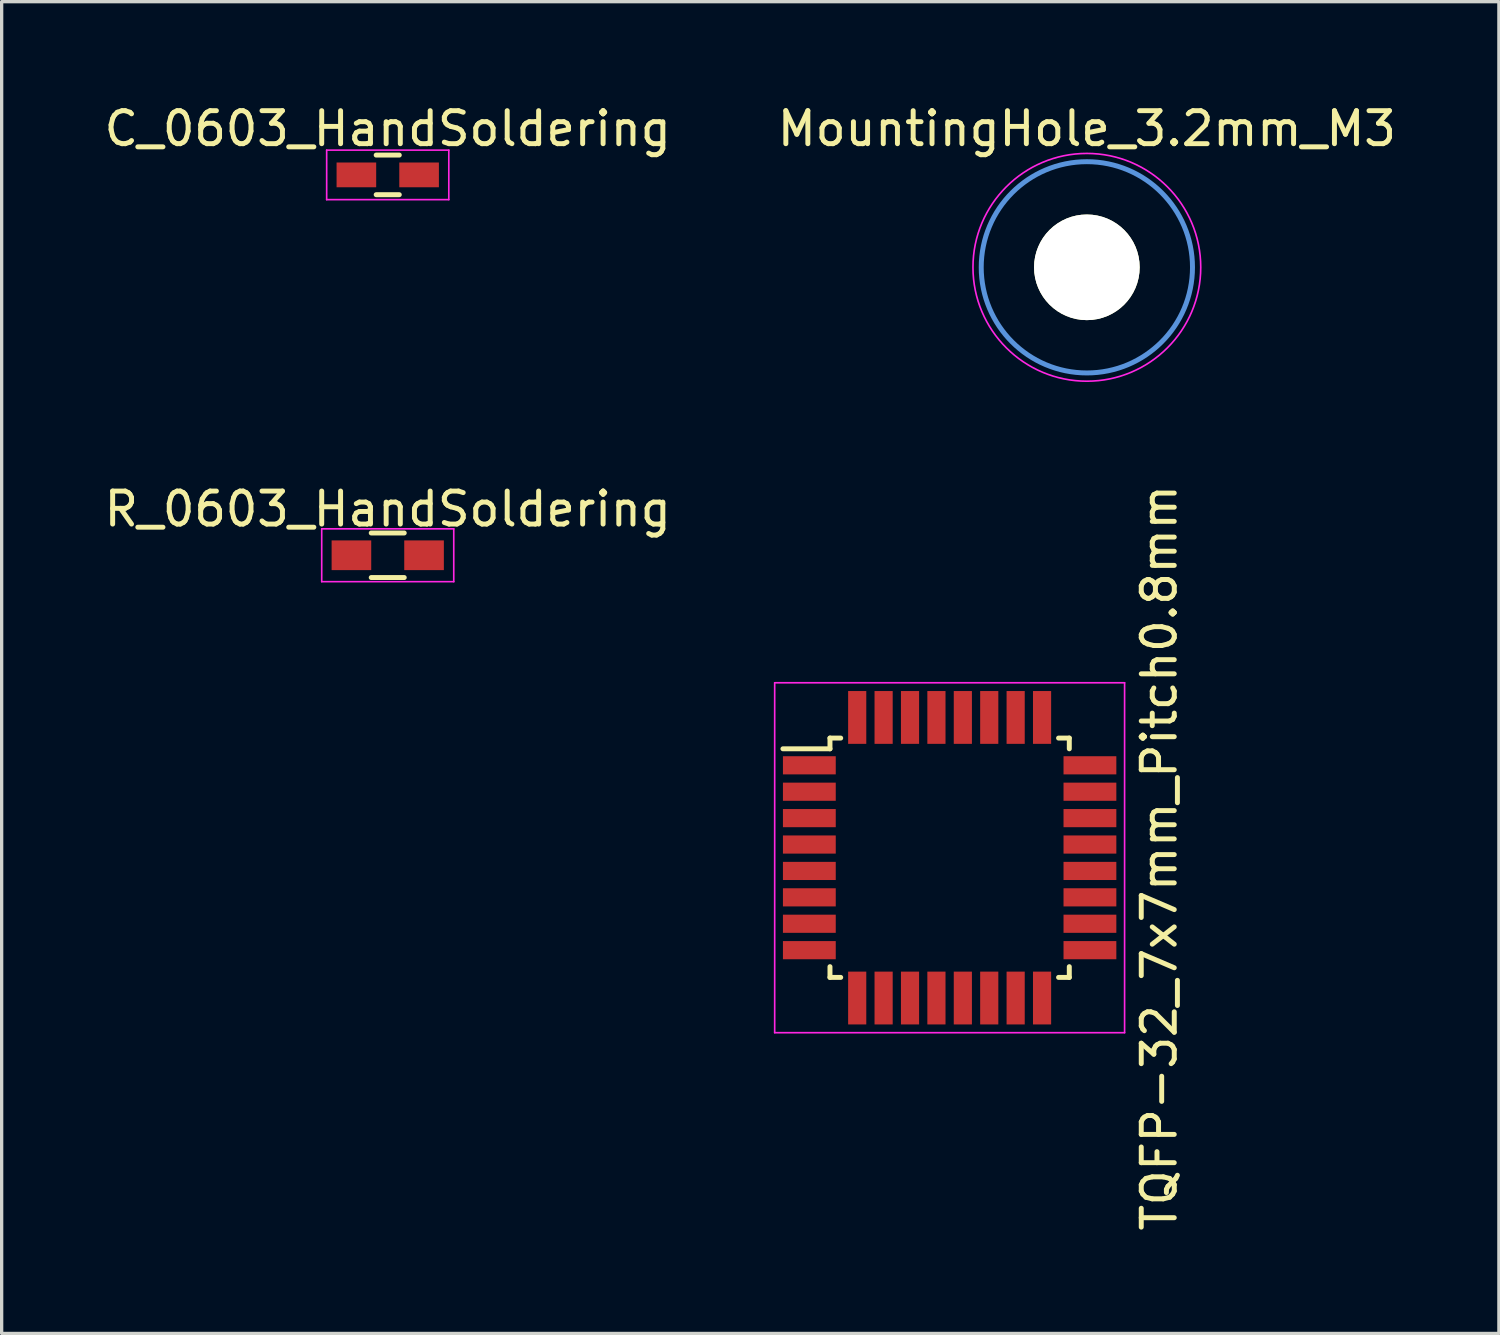
<source format=kicad_pcb>
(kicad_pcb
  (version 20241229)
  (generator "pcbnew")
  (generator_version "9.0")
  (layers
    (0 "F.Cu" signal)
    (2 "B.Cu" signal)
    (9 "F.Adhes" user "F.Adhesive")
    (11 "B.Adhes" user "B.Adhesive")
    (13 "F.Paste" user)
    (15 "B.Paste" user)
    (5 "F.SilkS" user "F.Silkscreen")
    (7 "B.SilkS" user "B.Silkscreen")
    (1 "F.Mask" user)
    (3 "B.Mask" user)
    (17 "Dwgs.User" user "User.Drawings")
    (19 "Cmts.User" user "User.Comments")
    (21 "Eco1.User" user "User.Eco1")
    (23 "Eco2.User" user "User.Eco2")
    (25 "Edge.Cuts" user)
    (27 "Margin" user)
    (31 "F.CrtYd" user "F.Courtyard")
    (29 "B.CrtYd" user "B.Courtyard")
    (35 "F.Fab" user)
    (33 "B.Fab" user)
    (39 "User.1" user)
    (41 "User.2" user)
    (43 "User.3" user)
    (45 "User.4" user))
  (footprint "MountingHole_3.2mm_M3"
    (layer "F.Cu")
    (at 29.875 5.048)
    (property "Reference" "MountingHole_3.2mm_M3" (at 0 -4.2 0) (layer "F.SilkS") (effects (font (size 1 1) (thickness 0.15))))
    (attr through_hole)
    (fp_circle (center 0 0) (end 3.2 0) (stroke (width 0.15) (type solid)) (fill no) (layer "Cmts.User"))
    (fp_circle (center 0 0) (end 3.45 0) (stroke (width 0.05) (type solid)) (fill no) (layer "F.CrtYd"))
    (pad "" np_thru_hole circle (at 0 0) (size 3.2 3.2) (drill 3.2) (layers "*.Cu" "*.Mask" "F.SilkS")))
  (footprint "R_0603_HandSoldering"
    (layer "F.Cu")
    (at 8.696 13.771)
    (property "Reference" "R_0603_HandSoldering" (at 0 -1.4 0) (layer "F.SilkS") (effects (font (size 1 1) (thickness 0.15))))
    (attr smd)
    (fp_line (start -0.5 -0.675) (end 0.5 -0.675) (stroke (width 0.15) (type solid)) (layer "F.SilkS"))
    (fp_line (start 0.5 0.675) (end -0.5 0.675) (stroke (width 0.15) (type solid)) (layer "F.SilkS"))
    (fp_line (start -2 -0.8) (end -2 0.8) (stroke (width 0.05) (type solid)) (layer "F.CrtYd"))
    (fp_line (start -2 -0.8) (end 2 -0.8) (stroke (width 0.05) (type solid)) (layer "F.CrtYd"))
    (fp_line (start -2 0.8) (end 2 0.8) (stroke (width 0.05) (type solid)) (layer "F.CrtYd"))
    (fp_line (start 2 -0.8) (end 2 0.8) (stroke (width 0.05) (type solid)) (layer "F.CrtYd"))
    (pad "1" smd rect (at -1.1 0) (size 1.2 0.9) (layers "F.Cu" "F.Mask" "F.Paste"))
    (pad "2" smd rect (at 1.1 0) (size 1.2 0.9) (layers "F.Cu" "F.Mask" "F.Paste")))
  (footprint "TQFP-32_7x7mm_Pitch0.8mm"
    (layer "F.Cu")
    (at 25.718 22.934)
    (property "Reference" "TQFP-32_7x7mm_Pitch0.8mm" (at 6.35 0 90) (layer "F.SilkS") (effects (font (size 1 1) (thickness 0.15))))
    (attr smd)
    (fp_line (start -3.625 -3.625) (end -3.625 -3.3) (stroke (width 0.15) (type solid)) (layer "F.SilkS"))
    (fp_line (start -3.625 -3.625) (end -3.3 -3.625) (stroke (width 0.15) (type solid)) (layer "F.SilkS"))
    (fp_line (start -3.625 -3.3) (end -5.05 -3.3) (stroke (width 0.15) (type solid)) (layer "F.SilkS"))
    (fp_line (start -3.625 3.625) (end -3.625 3.3) (stroke (width 0.15) (type solid)) (layer "F.SilkS"))
    (fp_line (start -3.625 3.625) (end -3.3 3.625) (stroke (width 0.15) (type solid)) (layer "F.SilkS"))
    (fp_line (start 3.625 -3.625) (end 3.3 -3.625) (stroke (width 0.15) (type solid)) (layer "F.SilkS"))
    (fp_line (start 3.625 -3.625) (end 3.625 -3.3) (stroke (width 0.15) (type solid)) (layer "F.SilkS"))
    (fp_line (start 3.625 3.625) (end 3.3 3.625) (stroke (width 0.15) (type solid)) (layer "F.SilkS"))
    (fp_line (start 3.625 3.625) (end 3.625 3.3) (stroke (width 0.15) (type solid)) (layer "F.SilkS"))
    (fp_line (start -5.3 -5.3) (end -5.3 5.3) (stroke (width 0.05) (type solid)) (layer "F.CrtYd"))
    (fp_line (start -5.3 -5.3) (end 5.3 -5.3) (stroke (width 0.05) (type solid)) (layer "F.CrtYd"))
    (fp_line (start -5.3 5.3) (end 5.3 5.3) (stroke (width 0.05) (type solid)) (layer "F.CrtYd"))
    (fp_line (start 5.3 -5.3) (end 5.3 5.3) (stroke (width 0.05) (type solid)) (layer "F.CrtYd"))
    (pad "1" smd rect (at -4.25 -2.8) (size 1.6 0.55) (layers "F.Cu" "F.Mask" "F.Paste"))
    (pad "2" smd rect (at -4.25 -2) (size 1.6 0.55) (layers "F.Cu" "F.Mask" "F.Paste"))
    (pad "3" smd rect (at -4.25 -1.2) (size 1.6 0.55) (layers "F.Cu" "F.Mask" "F.Paste"))
    (pad "4" smd rect (at -4.25 -0.4) (size 1.6 0.55) (layers "F.Cu" "F.Mask" "F.Paste"))
    (pad "5" smd rect (at -4.25 0.4) (size 1.6 0.55) (layers "F.Cu" "F.Mask" "F.Paste"))
    (pad "6" smd rect (at -4.25 1.2) (size 1.6 0.55) (layers "F.Cu" "F.Mask" "F.Paste"))
    (pad "7" smd rect (at -4.25 2) (size 1.6 0.55) (layers "F.Cu" "F.Mask" "F.Paste"))
    (pad "8" smd rect (at -4.25 2.8) (size 1.6 0.55) (layers "F.Cu" "F.Mask" "F.Paste"))
    (pad "9" smd rect (at -2.8 4.25 90) (size 1.6 0.55) (layers "F.Cu" "F.Mask" "F.Paste"))
    (pad "10" smd rect (at -2 4.25 90) (size 1.6 0.55) (layers "F.Cu" "F.Mask" "F.Paste"))
    (pad "11" smd rect (at -1.2 4.25 90) (size 1.6 0.55) (layers "F.Cu" "F.Mask" "F.Paste"))
    (pad "12" smd rect (at -0.4 4.25 90) (size 1.6 0.55) (layers "F.Cu" "F.Mask" "F.Paste"))
    (pad "13" smd rect (at 0.4 4.25 90) (size 1.6 0.55) (layers "F.Cu" "F.Mask" "F.Paste"))
    (pad "14" smd rect (at 1.2 4.25 90) (size 1.6 0.55) (layers "F.Cu" "F.Mask" "F.Paste"))
    (pad "15" smd rect (at 2 4.25 90) (size 1.6 0.55) (layers "F.Cu" "F.Mask" "F.Paste"))
    (pad "16" smd rect (at 2.8 4.25 90) (size 1.6 0.55) (layers "F.Cu" "F.Mask" "F.Paste"))
    (pad "17" smd rect (at 4.25 2.8) (size 1.6 0.55) (layers "F.Cu" "F.Mask" "F.Paste"))
    (pad "18" smd rect (at 4.25 2) (size 1.6 0.55) (layers "F.Cu" "F.Mask" "F.Paste"))
    (pad "19" smd rect (at 4.25 1.2) (size 1.6 0.55) (layers "F.Cu" "F.Mask" "F.Paste"))
    (pad "20" smd rect (at 4.25 0.4) (size 1.6 0.55) (layers "F.Cu" "F.Mask" "F.Paste"))
    (pad "21" smd rect (at 4.25 -0.4) (size 1.6 0.55) (layers "F.Cu" "F.Mask" "F.Paste"))
    (pad "22" smd rect (at 4.25 -1.2) (size 1.6 0.55) (layers "F.Cu" "F.Mask" "F.Paste"))
    (pad "23" smd rect (at 4.25 -2) (size 1.6 0.55) (layers "F.Cu" "F.Mask" "F.Paste"))
    (pad "24" smd rect (at 4.25 -2.8) (size 1.6 0.55) (layers "F.Cu" "F.Mask" "F.Paste"))
    (pad "25" smd rect (at 2.8 -4.25 90) (size 1.6 0.55) (layers "F.Cu" "F.Mask" "F.Paste"))
    (pad "26" smd rect (at 2 -4.25 90) (size 1.6 0.55) (layers "F.Cu" "F.Mask" "F.Paste"))
    (pad "27" smd rect (at 1.2 -4.25 90) (size 1.6 0.55) (layers "F.Cu" "F.Mask" "F.Paste"))
    (pad "28" smd rect (at 0.4 -4.25 90) (size 1.6 0.55) (layers "F.Cu" "F.Mask" "F.Paste"))
    (pad "29" smd rect (at -0.4 -4.25 90) (size 1.6 0.55) (layers "F.Cu" "F.Mask" "F.Paste"))
    (pad "30" smd rect (at -1.2 -4.25 90) (size 1.6 0.55) (layers "F.Cu" "F.Mask" "F.Paste"))
    (pad "31" smd rect (at -2 -4.25 90) (size 1.6 0.55) (layers "F.Cu" "F.Mask" "F.Paste"))
    (pad "32" smd rect (at -2.8 -4.25 90) (size 1.6 0.55) (layers "F.Cu" "F.Mask" "F.Paste")))
  (footprint "C_0603_HandSoldering"
    (layer "F.Cu")
    (at 8.696 2.248)
    (property "Reference" "C_0603_HandSoldering" (at 0 -1.4 0) (layer "F.SilkS") (effects (font (size 1 1) (thickness 0.15))))
    (attr smd)
    (fp_line (start -0.35 -0.6) (end 0.35 -0.6) (stroke (width 0.15) (type solid)) (layer "F.SilkS"))
    (fp_line (start 0.35 0.6) (end -0.35 0.6) (stroke (width 0.15) (type solid)) (layer "F.SilkS"))
    (fp_line (start -1.85 -0.75) (end -1.85 0.75) (stroke (width 0.05) (type solid)) (layer "F.CrtYd"))
    (fp_line (start -1.85 -0.75) (end 1.85 -0.75) (stroke (width 0.05) (type solid)) (layer "F.CrtYd"))
    (fp_line (start -1.85 0.75) (end 1.85 0.75) (stroke (width 0.05) (type solid)) (layer "F.CrtYd"))
    (fp_line (start 1.85 -0.75) (end 1.85 0.75) (stroke (width 0.05) (type solid)) (layer "F.CrtYd"))
    (pad "1" smd rect (at -0.95 0) (size 1.2 0.75) (layers "F.Cu" "F.Mask" "F.Paste"))
    (pad "2" smd rect (at 0.95 0) (size 1.2 0.75) (layers "F.Cu" "F.Mask" "F.Paste")))
  (gr_rect
    (start -3 -3)
    (end 42.357 37.345)
    (stroke (width 0.1) (type default))
    (fill no)
    (layer "Edge.Cuts")))
</source>
